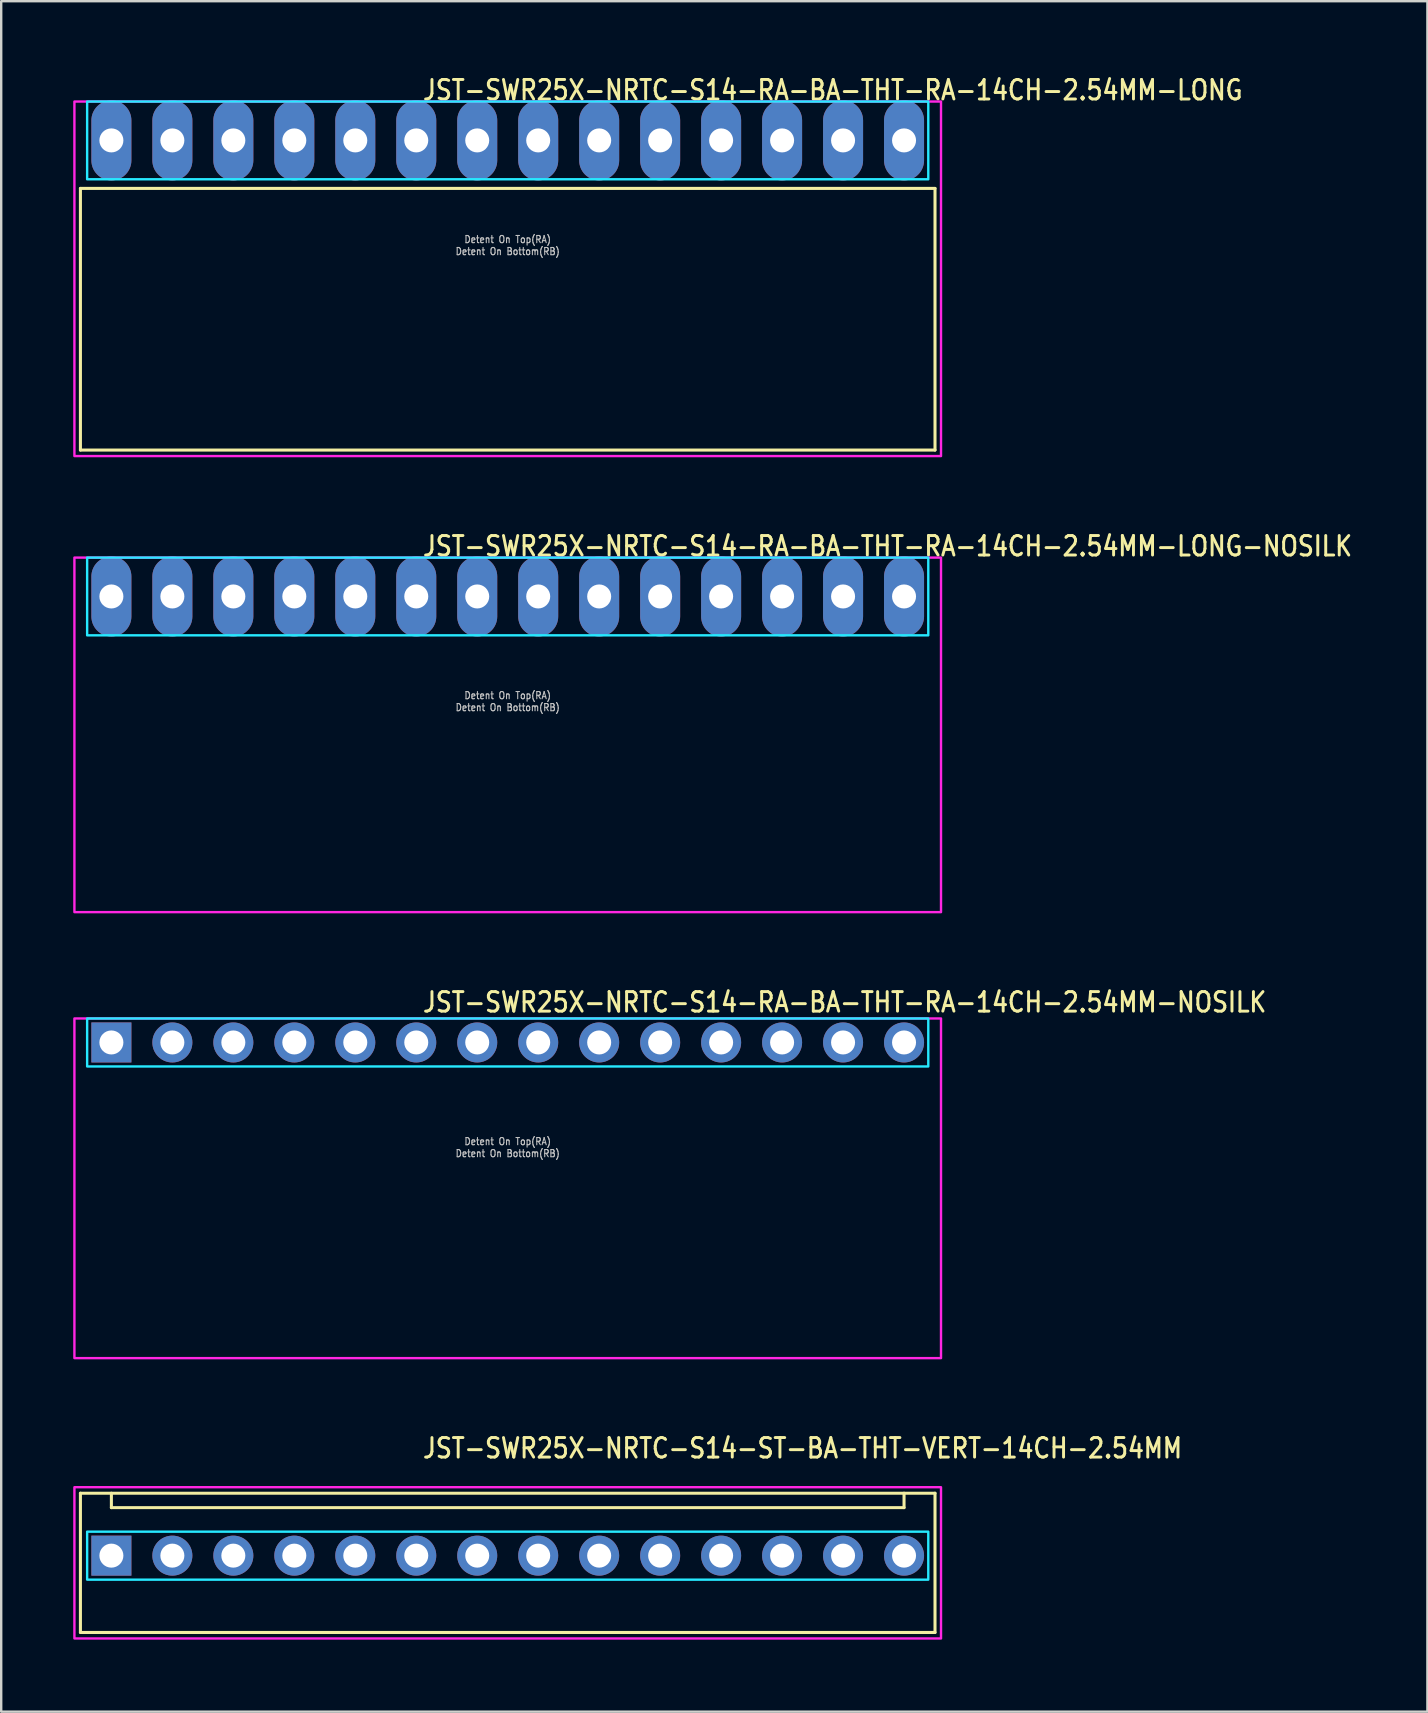
<source format=kicad_pcb>
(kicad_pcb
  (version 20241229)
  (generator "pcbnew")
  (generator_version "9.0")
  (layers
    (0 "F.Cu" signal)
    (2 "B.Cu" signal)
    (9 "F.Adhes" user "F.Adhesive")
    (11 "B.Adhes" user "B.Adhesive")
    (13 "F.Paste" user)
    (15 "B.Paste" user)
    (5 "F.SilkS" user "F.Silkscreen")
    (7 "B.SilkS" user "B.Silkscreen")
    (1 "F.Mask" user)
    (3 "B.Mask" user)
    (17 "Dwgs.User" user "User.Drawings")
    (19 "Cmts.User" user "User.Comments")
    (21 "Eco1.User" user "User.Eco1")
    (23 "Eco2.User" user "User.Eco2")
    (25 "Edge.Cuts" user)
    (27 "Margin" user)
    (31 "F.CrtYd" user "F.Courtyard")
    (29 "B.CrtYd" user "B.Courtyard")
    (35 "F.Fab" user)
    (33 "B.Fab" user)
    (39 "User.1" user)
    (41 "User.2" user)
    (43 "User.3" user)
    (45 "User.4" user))
  (footprint "JST-SWR25X-NRTC-S14-RA-BA-THT-RA-14CH-2.54MM-LONG"
    (layer "F.Cu")
    (at 18.1 2.799)
    (property "Reference" "JST-SWR25X-NRTC-S14-RA-BA-THT-RA-14CH-2.54MM-LONG" (at -3.6 -1.62 0) (unlocked yes) (layer "F.SilkS") (effects (font (size 0.813 0.695) (thickness 0.122)) (justify left bottom)))
    (fp_line (start -17.8 2) (end 17.8 2) (stroke (width 0.127) (type solid)) (layer "F.SilkS"))
    (fp_line (start -17.8 12.9) (end -17.8 2) (stroke (width 0.127) (type solid)) (layer "F.SilkS"))
    (fp_line (start -17.8 12.9) (end 17.8 12.9) (stroke (width 0.127) (type solid)) (layer "F.SilkS"))
    (fp_line (start 17.8 2) (end 17.8 12.9) (stroke (width 0.127) (type solid)) (layer "F.SilkS"))
    (fp_poly (pts (xy -17.52 -1.62) (xy -17.52 1.62) (xy 17.52 1.62) (xy 17.52 -1.62)) (stroke (width 0.1) (type solid)) (fill no) (layer "B.CrtYd"))
    (fp_poly (pts (xy -18.05 -1.62) (xy -18.05 13.15) (xy 18.05 13.15) (xy 18.05 -1.62)) (stroke (width 0.1) (type solid)) (fill no) (layer "F.CrtYd"))
    (fp_text user "Detent On Bottom(RB)" (at 0 4.8 0) (unlocked yes) (layer "Dwgs.User") (effects (font (size 0.3 0.257) (thickness 0.045)) (justify bottom)))
    (fp_text user "Detent On Top(RA)" (at 0 4.3 0) (unlocked yes) (layer "Dwgs.User") (effects (font (size 0.3 0.257) (thickness 0.045)) (justify bottom)))
    (pad "1" thru_hole oval (at -16.51 0 90) (size 3.333 1.667) (drill 1) (layers "*.Cu" "*.Mask"))
    (pad "2" thru_hole oval (at -13.97 0 90) (size 3.333 1.667) (drill 1) (layers "*.Cu" "*.Mask"))
    (pad "3" thru_hole oval (at -11.43 0 90) (size 3.333 1.667) (drill 1) (layers "*.Cu" "*.Mask"))
    (pad "4" thru_hole oval (at -8.89 0 90) (size 3.333 1.667) (drill 1) (layers "*.Cu" "*.Mask"))
    (pad "5" thru_hole oval (at -6.35 0 90) (size 3.333 1.667) (drill 1) (layers "*.Cu" "*.Mask"))
    (pad "6" thru_hole oval (at -3.81 0 90) (size 3.333 1.667) (drill 1) (layers "*.Cu" "*.Mask"))
    (pad "7" thru_hole oval (at -1.27 0 90) (size 3.333 1.667) (drill 1) (layers "*.Cu" "*.Mask"))
    (pad "8" thru_hole oval (at 1.27 0 90) (size 3.333 1.667) (drill 1) (layers "*.Cu" "*.Mask"))
    (pad "9" thru_hole oval (at 3.81 0 90) (size 3.333 1.667) (drill 1) (layers "*.Cu" "*.Mask"))
    (pad "10" thru_hole oval (at 6.35 0 90) (size 3.333 1.667) (drill 1) (layers "*.Cu" "*.Mask"))
    (pad "11" thru_hole oval (at 8.89 0 90) (size 3.333 1.667) (drill 1) (layers "*.Cu" "*.Mask"))
    (pad "12" thru_hole oval (at 11.43 0 90) (size 3.333 1.667) (drill 1) (layers "*.Cu" "*.Mask"))
    (pad "13" thru_hole oval (at 13.97 0 90) (size 3.333 1.667) (drill 1) (layers "*.Cu" "*.Mask"))
    (pad "14" thru_hole oval (at 16.51 0 90) (size 3.333 1.667) (drill 1) (layers "*.Cu" "*.Mask")))
  (footprint "JST-SWR25X-NRTC-S14-ST-BA-THT-VERT-14CH-2.54MM"
    (layer "F.Cu")
    (at 18.1 61.754)
    (property "Reference" "JST-SWR25X-NRTC-S14-ST-BA-THT-VERT-14CH-2.54MM" (at -3.6 -4 0) (unlocked yes) (layer "F.SilkS") (effects (font (size 0.813 0.695) (thickness 0.122)) (justify left bottom)))
    (fp_line (start -17.8 -2.6) (end 17.8 -2.6) (stroke (width 0.127) (type solid)) (layer "F.SilkS"))
    (fp_line (start -17.8 3.2) (end -17.8 -2.6) (stroke (width 0.127) (type solid)) (layer "F.SilkS"))
    (fp_line (start -17.8 3.2) (end 17.8 3.2) (stroke (width 0.127) (type solid)) (layer "F.SilkS"))
    (fp_line (start -16.51 -2.6) (end -16.51 -2) (stroke (width 0.127) (type solid)) (layer "F.SilkS"))
    (fp_line (start -16.51 -2) (end 16.51 -2) (stroke (width 0.127) (type solid)) (layer "F.SilkS"))
    (fp_line (start 16.51 -2.6) (end 16.51 -2) (stroke (width 0.127) (type solid)) (layer "F.SilkS"))
    (fp_line (start 17.8 -2.6) (end 17.8 3.2) (stroke (width 0.127) (type solid)) (layer "F.SilkS"))
    (fp_poly (pts (xy -17.52 -1) (xy -17.52 1) (xy 17.52 1) (xy 17.52 -1)) (stroke (width 0.1) (type solid)) (fill no) (layer "B.CrtYd"))
    (fp_poly (pts (xy -18.05 -2.85) (xy -18.05 3.45) (xy 18.05 3.45) (xy 18.05 -2.85)) (stroke (width 0.1) (type solid)) (fill no) (layer "F.CrtYd"))
    (pad "1" thru_hole rect (at -16.51 0) (size 1.667 1.667) (drill 1) (layers "*.Cu" "*.Mask"))
    (pad "2" thru_hole oval (at -13.97 0) (size 1.667 1.667) (drill 1) (layers "*.Cu" "*.Mask"))
    (pad "3" thru_hole oval (at -11.43 0) (size 1.667 1.667) (drill 1) (layers "*.Cu" "*.Mask"))
    (pad "4" thru_hole oval (at -8.89 0) (size 1.667 1.667) (drill 1) (layers "*.Cu" "*.Mask"))
    (pad "5" thru_hole oval (at -6.35 0) (size 1.667 1.667) (drill 1) (layers "*.Cu" "*.Mask"))
    (pad "6" thru_hole oval (at -3.81 0) (size 1.667 1.667) (drill 1) (layers "*.Cu" "*.Mask"))
    (pad "7" thru_hole oval (at -1.27 0) (size 1.667 1.667) (drill 1) (layers "*.Cu" "*.Mask"))
    (pad "8" thru_hole oval (at 1.27 0) (size 1.667 1.667) (drill 1) (layers "*.Cu" "*.Mask"))
    (pad "9" thru_hole oval (at 3.81 0) (size 1.667 1.667) (drill 1) (layers "*.Cu" "*.Mask"))
    (pad "10" thru_hole oval (at 6.35 0) (size 1.667 1.667) (drill 1) (layers "*.Cu" "*.Mask"))
    (pad "11" thru_hole oval (at 8.89 0) (size 1.667 1.667) (drill 1) (layers "*.Cu" "*.Mask"))
    (pad "12" thru_hole oval (at 11.43 0) (size 1.667 1.667) (drill 1) (layers "*.Cu" "*.Mask"))
    (pad "13" thru_hole oval (at 13.97 0) (size 1.667 1.667) (drill 1) (layers "*.Cu" "*.Mask"))
    (pad "14" thru_hole oval (at 16.51 0) (size 1.667 1.667) (drill 1) (layers "*.Cu" "*.Mask")))
  (footprint "JST-SWR25X-NRTC-S14-RA-BA-THT-RA-14CH-2.54MM-NOSILK"
    (layer "F.Cu")
    (at 18.1 40.376)
    (property "Reference" "JST-SWR25X-NRTC-S14-RA-BA-THT-RA-14CH-2.54MM-NOSILK" (at -3.6 -1.2 0) (unlocked yes) (layer "F.SilkS") (effects (font (size 0.813 0.695) (thickness 0.122)) (justify left bottom)))
    (fp_poly (pts (xy -17.52 -1) (xy -17.52 1) (xy 17.52 1) (xy 17.52 -1)) (stroke (width 0.1) (type solid)) (fill no) (layer "B.CrtYd"))
    (fp_poly (pts (xy -18.05 -1) (xy -18.05 13.15) (xy 18.05 13.15) (xy 18.05 -1)) (stroke (width 0.1) (type solid)) (fill no) (layer "F.CrtYd"))
    (fp_text user "Detent On Bottom(RB)" (at 0 4.8 0) (unlocked yes) (layer "Dwgs.User") (effects (font (size 0.3 0.257) (thickness 0.045)) (justify bottom)))
    (fp_text user "Detent On Top(RA)" (at 0 4.3 0) (unlocked yes) (layer "Dwgs.User") (effects (font (size 0.3 0.257) (thickness 0.045)) (justify bottom)))
    (pad "1" thru_hole rect (at -16.51 0) (size 1.667 1.667) (drill 1) (layers "*.Cu" "*.Mask"))
    (pad "2" thru_hole oval (at -13.97 0) (size 1.667 1.667) (drill 1) (layers "*.Cu" "*.Mask"))
    (pad "3" thru_hole oval (at -11.43 0) (size 1.667 1.667) (drill 1) (layers "*.Cu" "*.Mask"))
    (pad "4" thru_hole oval (at -8.89 0) (size 1.667 1.667) (drill 1) (layers "*.Cu" "*.Mask"))
    (pad "5" thru_hole oval (at -6.35 0) (size 1.667 1.667) (drill 1) (layers "*.Cu" "*.Mask"))
    (pad "6" thru_hole oval (at -3.81 0) (size 1.667 1.667) (drill 1) (layers "*.Cu" "*.Mask"))
    (pad "7" thru_hole oval (at -1.27 0) (size 1.667 1.667) (drill 1) (layers "*.Cu" "*.Mask"))
    (pad "8" thru_hole oval (at 1.27 0) (size 1.667 1.667) (drill 1) (layers "*.Cu" "*.Mask"))
    (pad "9" thru_hole oval (at 3.81 0) (size 1.667 1.667) (drill 1) (layers "*.Cu" "*.Mask"))
    (pad "10" thru_hole oval (at 6.35 0) (size 1.667 1.667) (drill 1) (layers "*.Cu" "*.Mask"))
    (pad "11" thru_hole oval (at 8.89 0) (size 1.667 1.667) (drill 1) (layers "*.Cu" "*.Mask"))
    (pad "12" thru_hole oval (at 11.43 0) (size 1.667 1.667) (drill 1) (layers "*.Cu" "*.Mask"))
    (pad "13" thru_hole oval (at 13.97 0) (size 1.667 1.667) (drill 1) (layers "*.Cu" "*.Mask"))
    (pad "14" thru_hole oval (at 16.51 0) (size 1.667 1.667) (drill 1) (layers "*.Cu" "*.Mask")))
  (footprint "JST-SWR25X-NRTC-S14-RA-BA-THT-RA-14CH-2.54MM-LONG-NOSILK"
    (layer "F.Cu")
    (at 18.1 21.797)
    (property "Reference" "JST-SWR25X-NRTC-S14-RA-BA-THT-RA-14CH-2.54MM-LONG-NOSILK" (at -3.6 -1.62 0) (unlocked yes) (layer "F.SilkS") (effects (font (size 0.813 0.695) (thickness 0.122)) (justify left bottom)))
    (fp_poly (pts (xy -17.52 -1.62) (xy -17.52 1.62) (xy 17.52 1.62) (xy 17.52 -1.62)) (stroke (width 0.1) (type solid)) (fill no) (layer "B.CrtYd"))
    (fp_poly (pts (xy -18.05 -1.62) (xy -18.05 13.15) (xy 18.05 13.15) (xy 18.05 -1.62)) (stroke (width 0.1) (type solid)) (fill no) (layer "F.CrtYd"))
    (fp_text user "Detent On Bottom(RB)" (at 0 4.8 0) (unlocked yes) (layer "Dwgs.User") (effects (font (size 0.3 0.257) (thickness 0.045)) (justify bottom)))
    (fp_text user "Detent On Top(RA)" (at 0 4.3 0) (unlocked yes) (layer "Dwgs.User") (effects (font (size 0.3 0.257) (thickness 0.045)) (justify bottom)))
    (pad "1" thru_hole oval (at -16.51 0 90) (size 3.333 1.667) (drill 1) (layers "*.Cu" "*.Mask"))
    (pad "2" thru_hole oval (at -13.97 0 90) (size 3.333 1.667) (drill 1) (layers "*.Cu" "*.Mask"))
    (pad "3" thru_hole oval (at -11.43 0 90) (size 3.333 1.667) (drill 1) (layers "*.Cu" "*.Mask"))
    (pad "4" thru_hole oval (at -8.89 0 90) (size 3.333 1.667) (drill 1) (layers "*.Cu" "*.Mask"))
    (pad "5" thru_hole oval (at -6.35 0 90) (size 3.333 1.667) (drill 1) (layers "*.Cu" "*.Mask"))
    (pad "6" thru_hole oval (at -3.81 0 90) (size 3.333 1.667) (drill 1) (layers "*.Cu" "*.Mask"))
    (pad "7" thru_hole oval (at -1.27 0 90) (size 3.333 1.667) (drill 1) (layers "*.Cu" "*.Mask"))
    (pad "8" thru_hole oval (at 1.27 0 90) (size 3.333 1.667) (drill 1) (layers "*.Cu" "*.Mask"))
    (pad "9" thru_hole oval (at 3.81 0 90) (size 3.333 1.667) (drill 1) (layers "*.Cu" "*.Mask"))
    (pad "10" thru_hole oval (at 6.35 0 90) (size 3.333 1.667) (drill 1) (layers "*.Cu" "*.Mask"))
    (pad "11" thru_hole oval (at 8.89 0 90) (size 3.333 1.667) (drill 1) (layers "*.Cu" "*.Mask"))
    (pad "12" thru_hole oval (at 11.43 0 90) (size 3.333 1.667) (drill 1) (layers "*.Cu" "*.Mask"))
    (pad "13" thru_hole oval (at 13.97 0 90) (size 3.333 1.667) (drill 1) (layers "*.Cu" "*.Mask"))
    (pad "14" thru_hole oval (at 16.51 0 90) (size 3.333 1.667) (drill 1) (layers "*.Cu" "*.Mask")))
  (gr_rect
    (start -3 -3)
    (end 56.412 68.254)
    (stroke (width 0.1) (type default))
    (fill no)
    (layer "Edge.Cuts")))
</source>
